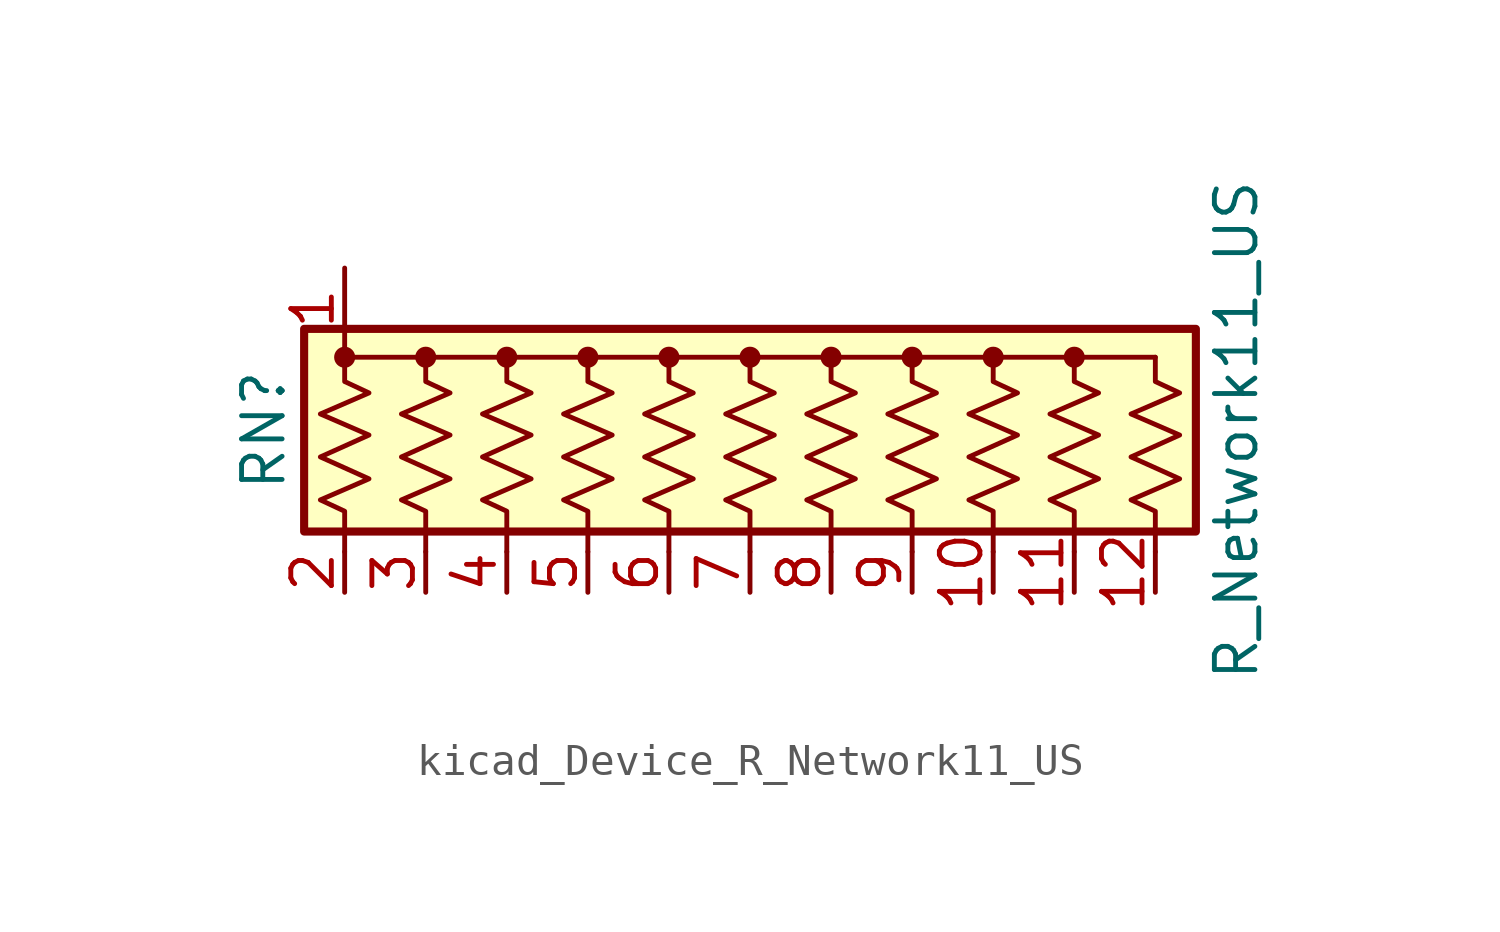
<source format=kicad_sym>
(kicad_symbol_lib
  (version 20220914)
  (generator kicad_symbol_editor)
  (symbol "kicad_Device_R_Network11_US"
    (pin_names
      (offset 0) hide)
    (property "Reference" "RN"
      (at -15.24 0 90)
      (effects (font (size 1.27 1.27))))
    (property "Value" "R_Network11_US"
      (at 15.24 0 90)
      (effects (font (size 1.27 1.27))))
    (symbol "kicad_Device_R_Network11_US_0_1"
      (rectangle (start -13.97 -3.175) (end 13.97 3.175) (stroke (width 0.254) (type default)) (fill (type background)))
      (circle (center -12.7 2.286) (radius 0.254) (stroke (width 0) (type default)) (fill (type outline)))
      (circle (center -10.16 2.286) (radius 0.254) (stroke (width 0) (type default)) (fill (type outline)))
      (circle (center -7.62 2.286) (radius 0.254) (stroke (width 0) (type default)) (fill (type outline)))
      (circle (center -5.08 2.286) (radius 0.254) (stroke (width 0) (type default)) (fill (type outline)))
      (circle (center -2.54 2.286) (radius 0.254) (stroke (width 0) (type default)) (fill (type outline)))
      (polyline (pts (xy -12.7 2.286) (xy 12.7 2.286)) (stroke (width 0) (type default)) (fill (type none)))
      (polyline (pts (xy -12.7 2.286) (xy -12.7 1.524) (xy -11.938 1.168) (xy -13.462 0.508) (xy -11.938 -0.152) (xy -13.462 -0.838) (xy -11.938 -1.524) (xy -13.462 -2.184) (xy -12.7 -2.54) (xy -12.7 -3.81)) (stroke (width 0) (type default)) (fill (type none)))
      (polyline (pts (xy -10.16 2.286) (xy -10.16 1.524) (xy -9.398 1.168) (xy -10.922 0.508) (xy -9.398 -0.152) (xy -10.922 -0.838) (xy -9.398 -1.524) (xy -10.922 -2.184) (xy -10.16 -2.54) (xy -10.16 -3.81)) (stroke (width 0) (type default)) (fill (type none)))
      (polyline (pts (xy -7.62 2.286) (xy -7.62 1.524) (xy -6.858 1.168) (xy -8.382 0.508) (xy -6.858 -0.152) (xy -8.382 -0.838) (xy -6.858 -1.524) (xy -8.382 -2.184) (xy -7.62 -2.54) (xy -7.62 -3.81)) (stroke (width 0) (type default)) (fill (type none)))
      (polyline (pts (xy -5.08 2.286) (xy -5.08 1.524) (xy -4.318 1.168) (xy -5.842 0.508) (xy -4.318 -0.152) (xy -5.842 -0.838) (xy -4.318 -1.524) (xy -5.842 -2.184) (xy -5.08 -2.54) (xy -5.08 -3.81)) (stroke (width 0) (type default)) (fill (type none)))
      (polyline (pts (xy -2.54 2.286) (xy -2.54 1.524) (xy -1.778 1.168) (xy -3.302 0.508) (xy -1.778 -0.152) (xy -3.302 -0.838) (xy -1.778 -1.524) (xy -3.302 -2.184) (xy -2.54 -2.54) (xy -2.54 -3.81)) (stroke (width 0) (type default)) (fill (type none)))
      (polyline (pts (xy 0 2.286) (xy 0 1.524) (xy 0.762 1.168) (xy -0.762 0.508) (xy 0.762 -0.152) (xy -0.762 -0.838) (xy 0.762 -1.524) (xy -0.762 -2.184) (xy 0 -2.54) (xy 0 -3.81)) (stroke (width 0) (type default)) (fill (type none)))
      (polyline (pts (xy 2.54 2.286) (xy 2.54 1.524) (xy 3.302 1.168) (xy 1.778 0.508) (xy 3.302 -0.152) (xy 1.778 -0.838) (xy 3.302 -1.524) (xy 1.778 -2.184) (xy 2.54 -2.54) (xy 2.54 -3.81)) (stroke (width 0) (type default)) (fill (type none)))
      (polyline (pts (xy 5.08 2.286) (xy 5.08 1.524) (xy 5.842 1.168) (xy 4.318 0.508) (xy 5.842 -0.152) (xy 4.318 -0.838) (xy 5.842 -1.524) (xy 4.318 -2.184) (xy 5.08 -2.54) (xy 5.08 -3.81)) (stroke (width 0) (type default)) (fill (type none)))
      (polyline (pts (xy 7.62 2.286) (xy 7.62 1.524) (xy 8.382 1.168) (xy 6.858 0.508) (xy 8.382 -0.152) (xy 6.858 -0.838) (xy 8.382 -1.524) (xy 6.858 -2.184) (xy 7.62 -2.54) (xy 7.62 -3.81)) (stroke (width 0) (type default)) (fill (type none)))
      (polyline (pts (xy 10.16 2.286) (xy 10.16 1.524) (xy 10.922 1.168) (xy 9.398 0.508) (xy 10.922 -0.152) (xy 9.398 -0.838) (xy 10.922 -1.524) (xy 9.398 -2.184) (xy 10.16 -2.54) (xy 10.16 -3.81)) (stroke (width 0) (type default)) (fill (type none)))
      (polyline (pts (xy 12.7 2.286) (xy 12.7 1.524) (xy 13.462 1.168) (xy 11.938 0.508) (xy 13.462 -0.152) (xy 11.938 -0.838) (xy 13.462 -1.524) (xy 11.938 -2.184) (xy 12.7 -2.54) (xy 12.7 -3.81)) (stroke (width 0) (type default)) (fill (type none)))
      (circle (center 0 2.286) (radius 0.254) (stroke (width 0) (type default)) (fill (type outline)))
      (circle (center 2.54 2.286) (radius 0.254) (stroke (width 0) (type default)) (fill (type outline)))
      (circle (center 5.08 2.286) (radius 0.254) (stroke (width 0) (type default)) (fill (type outline)))
      (circle (center 7.62 2.286) (radius 0.254) (stroke (width 0) (type default)) (fill (type outline)))
      (circle (center 10.16 2.286) (radius 0.254) (stroke (width 0) (type default)) (fill (type outline))))
    (symbol "kicad_Device_R_Network11_US_1_1"
      (pin passive line (at -12.7 5.08 270) (length 2.54) (name "common" (effects (font (size 1.27 1.27)))) (number "1" (effects (font (size 1.27 1.27)))))
      (pin passive line (at 7.62 -5.08 90) (length 1.27) (name "R9" (effects (font (size 1.27 1.27)))) (number "10" (effects (font (size 1.27 1.27)))))
      (pin passive line (at 10.16 -5.08 90) (length 1.27) (name "R10" (effects (font (size 1.27 1.27)))) (number "11" (effects (font (size 1.27 1.27)))))
      (pin passive line (at 12.7 -5.08 90) (length 1.27) (name "R11" (effects (font (size 1.27 1.27)))) (number "12" (effects (font (size 1.27 1.27)))))
      (pin passive line (at -12.7 -5.08 90) (length 1.27) (name "R1" (effects (font (size 1.27 1.27)))) (number "2" (effects (font (size 1.27 1.27)))))
      (pin passive line (at -10.16 -5.08 90) (length 1.27) (name "R2" (effects (font (size 1.27 1.27)))) (number "3" (effects (font (size 1.27 1.27)))))
      (pin passive line (at -7.62 -5.08 90) (length 1.27) (name "R3" (effects (font (size 1.27 1.27)))) (number "4" (effects (font (size 1.27 1.27)))))
      (pin passive line (at -5.08 -5.08 90) (length 1.27) (name "R4" (effects (font (size 1.27 1.27)))) (number "5" (effects (font (size 1.27 1.27)))))
      (pin passive line (at -2.54 -5.08 90) (length 1.27) (name "R5" (effects (font (size 1.27 1.27)))) (number "6" (effects (font (size 1.27 1.27)))))
      (pin passive line (at 0 -5.08 90) (length 1.27) (name "R6" (effects (font (size 1.27 1.27)))) (number "7" (effects (font (size 1.27 1.27)))))
      (pin passive line (at 2.54 -5.08 90) (length 1.27) (name "R7" (effects (font (size 1.27 1.27)))) (number "8" (effects (font (size 1.27 1.27)))))
      (pin passive line (at 5.08 -5.08 90) (length 1.27) (name "R8" (effects (font (size 1.27 1.27)))) (number "9" (effects (font (size 1.27 1.27))))))))
</source>
